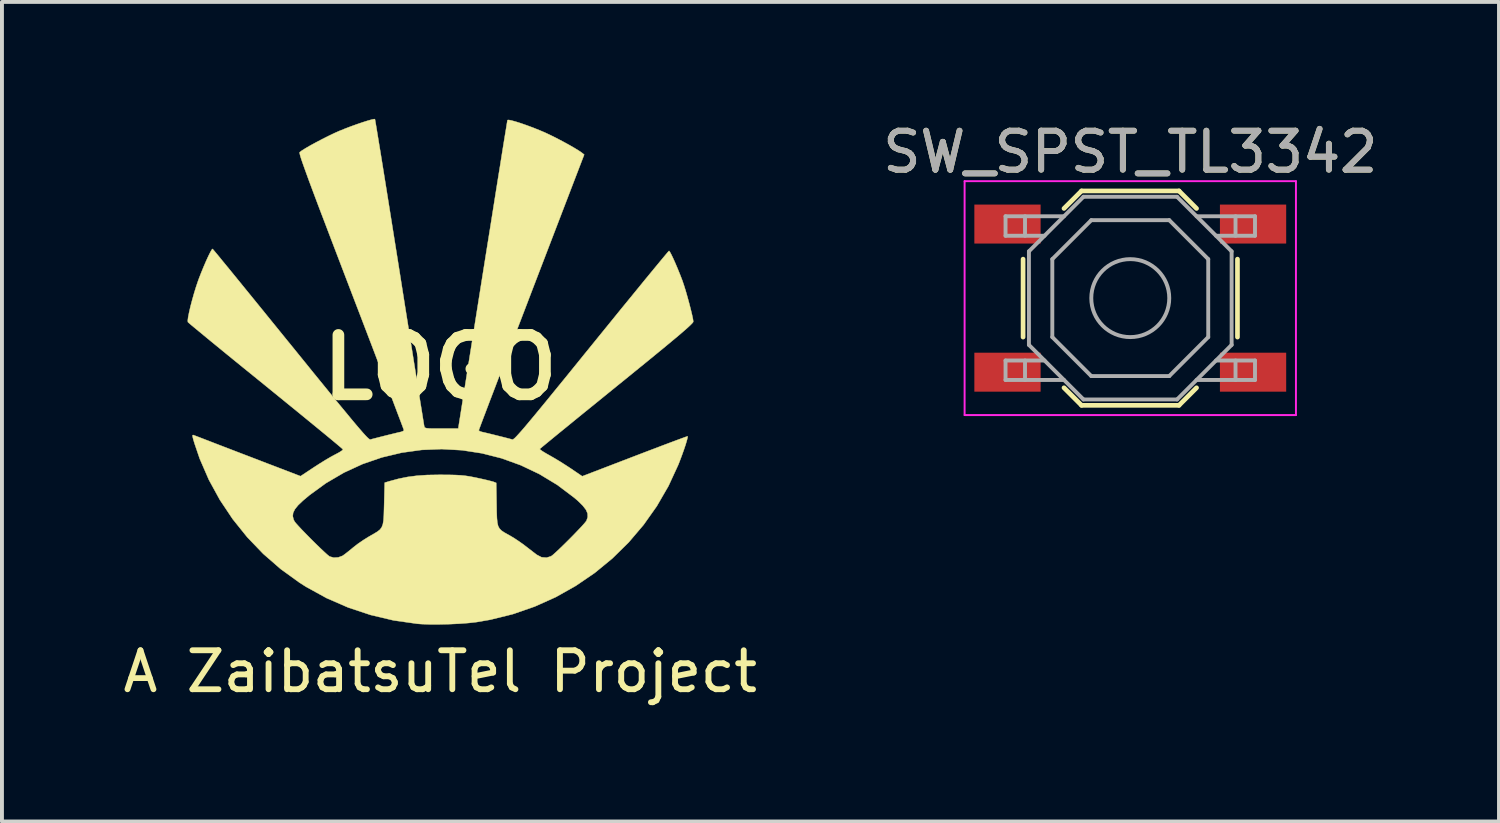
<source format=kicad_pcb>
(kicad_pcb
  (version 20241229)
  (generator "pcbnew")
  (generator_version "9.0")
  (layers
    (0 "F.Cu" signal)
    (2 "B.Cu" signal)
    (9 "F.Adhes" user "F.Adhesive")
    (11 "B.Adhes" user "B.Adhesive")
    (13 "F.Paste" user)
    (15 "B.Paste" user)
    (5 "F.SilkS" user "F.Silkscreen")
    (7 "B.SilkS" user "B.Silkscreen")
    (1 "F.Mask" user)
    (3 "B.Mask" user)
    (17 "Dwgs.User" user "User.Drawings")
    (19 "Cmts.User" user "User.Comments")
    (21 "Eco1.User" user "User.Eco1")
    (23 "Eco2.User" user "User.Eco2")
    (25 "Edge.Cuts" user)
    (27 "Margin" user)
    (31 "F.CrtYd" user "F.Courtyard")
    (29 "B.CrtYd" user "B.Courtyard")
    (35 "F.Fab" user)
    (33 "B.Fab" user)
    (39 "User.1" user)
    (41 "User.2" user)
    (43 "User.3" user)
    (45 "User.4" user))
  (footprint "SW_SPST_TL3342"
    (layer "F.Cu")
    (at 25.946 4.598)
    (property "Reference" "SW_SPST_TL3342" (at 0 -3.75 0) (layer "F.SilkS") (effects (font (size 1 1) (thickness 0.15))))
    (attr smd)
    (fp_line (start -2.75 -1) (end -2.75 1) (stroke (width 0.12) (type solid)) (layer "F.SilkS"))
    (fp_line (start -1.7 -2.3) (end -1.25 -2.75) (stroke (width 0.12) (type solid)) (layer "F.SilkS"))
    (fp_line (start -1.7 2.3) (end -1.25 2.75) (stroke (width 0.12) (type solid)) (layer "F.SilkS"))
    (fp_line (start -1.25 -2.75) (end 1.25 -2.75) (stroke (width 0.12) (type solid)) (layer "F.SilkS"))
    (fp_line (start -1.25 2.75) (end 1.25 2.75) (stroke (width 0.12) (type solid)) (layer "F.SilkS"))
    (fp_line (start 1.7 -2.3) (end 1.25 -2.75) (stroke (width 0.12) (type solid)) (layer "F.SilkS"))
    (fp_line (start 1.7 2.3) (end 1.25 2.75) (stroke (width 0.12) (type solid)) (layer "F.SilkS"))
    (fp_line (start 2.75 -1) (end 2.75 1) (stroke (width 0.12) (type solid)) (layer "F.SilkS"))
    (fp_line (start -4.25 -3) (end 4.25 -3) (stroke (width 0.05) (type solid)) (layer "F.CrtYd"))
    (fp_line (start -4.25 3) (end -4.25 -3) (stroke (width 0.05) (type solid)) (layer "F.CrtYd"))
    (fp_line (start 4.25 -3) (end 4.25 3) (stroke (width 0.05) (type solid)) (layer "F.CrtYd"))
    (fp_line (start 4.25 3) (end -4.25 3) (stroke (width 0.05) (type solid)) (layer "F.CrtYd"))
    (fp_line (start -3.2 -2.1) (end -3.2 -1.6) (stroke (width 0.1) (type solid)) (layer "F.Fab"))
    (fp_line (start -3.2 -1.6) (end -2.2 -1.6) (stroke (width 0.1) (type solid)) (layer "F.Fab"))
    (fp_line (start -3.2 1.6) (end -2.2 1.6) (stroke (width 0.1) (type solid)) (layer "F.Fab"))
    (fp_line (start -3.2 2.1) (end -3.2 1.6) (stroke (width 0.1) (type solid)) (layer "F.Fab"))
    (fp_line (start -2.7 -2.1) (end -2.7 -1.6) (stroke (width 0.1) (type solid)) (layer "F.Fab"))
    (fp_line (start -2.7 2.1) (end -2.7 1.6) (stroke (width 0.1) (type solid)) (layer "F.Fab"))
    (fp_line (start -2.6 -1.2) (end -2.6 1.2) (stroke (width 0.1) (type solid)) (layer "F.Fab"))
    (fp_line (start -2.6 1.2) (end -1.2 2.6) (stroke (width 0.1) (type solid)) (layer "F.Fab"))
    (fp_line (start -2 -1) (end -1 -2) (stroke (width 0.1) (type solid)) (layer "F.Fab"))
    (fp_line (start -2 1) (end -2 -1) (stroke (width 0.1) (type solid)) (layer "F.Fab"))
    (fp_line (start -1.7 -2.1) (end -3.2 -2.1) (stroke (width 0.1) (type solid)) (layer "F.Fab"))
    (fp_line (start -1.7 2.1) (end -3.2 2.1) (stroke (width 0.1) (type solid)) (layer "F.Fab"))
    (fp_line (start -1.2 -2.6) (end -2.6 -1.2) (stroke (width 0.1) (type solid)) (layer "F.Fab"))
    (fp_line (start -1.2 2.6) (end 1.2 2.6) (stroke (width 0.1) (type solid)) (layer "F.Fab"))
    (fp_line (start -1 -2) (end 1 -2) (stroke (width 0.1) (type solid)) (layer "F.Fab"))
    (fp_line (start -1 2) (end -2 1) (stroke (width 0.1) (type solid)) (layer "F.Fab"))
    (fp_line (start 1 -2) (end 2 -1) (stroke (width 0.1) (type solid)) (layer "F.Fab"))
    (fp_line (start 1 2) (end -1 2) (stroke (width 0.1) (type solid)) (layer "F.Fab"))
    (fp_line (start 1.2 -2.6) (end -1.2 -2.6) (stroke (width 0.1) (type solid)) (layer "F.Fab"))
    (fp_line (start 1.2 2.6) (end 2.6 1.2) (stroke (width 0.1) (type solid)) (layer "F.Fab"))
    (fp_line (start 1.7 -2.1) (end 3.2 -2.1) (stroke (width 0.1) (type solid)) (layer "F.Fab"))
    (fp_line (start 1.7 2.1) (end 3.2 2.1) (stroke (width 0.1) (type solid)) (layer "F.Fab"))
    (fp_line (start 2 -1) (end 2 1) (stroke (width 0.1) (type solid)) (layer "F.Fab"))
    (fp_line (start 2 1) (end 1 2) (stroke (width 0.1) (type solid)) (layer "F.Fab"))
    (fp_line (start 2.6 -1.2) (end 1.2 -2.6) (stroke (width 0.1) (type solid)) (layer "F.Fab"))
    (fp_line (start 2.6 1.2) (end 2.6 -1.2) (stroke (width 0.1) (type solid)) (layer "F.Fab"))
    (fp_line (start 2.7 -2.1) (end 2.7 -1.6) (stroke (width 0.1) (type solid)) (layer "F.Fab"))
    (fp_line (start 2.7 2.1) (end 2.7 1.6) (stroke (width 0.1) (type solid)) (layer "F.Fab"))
    (fp_line (start 3.2 -2.1) (end 3.2 -1.6) (stroke (width 0.1) (type solid)) (layer "F.Fab"))
    (fp_line (start 3.2 -1.6) (end 2.2 -1.6) (stroke (width 0.1) (type solid)) (layer "F.Fab"))
    (fp_line (start 3.2 1.6) (end 2.2 1.6) (stroke (width 0.1) (type solid)) (layer "F.Fab"))
    (fp_line (start 3.2 2.1) (end 3.2 1.6) (stroke (width 0.1) (type solid)) (layer "F.Fab"))
    (fp_circle (center 0 0) (end 1 0) (stroke (width 0.1) (type solid)) (fill no) (layer "F.Fab"))
    (fp_text user "${REFERENCE}" (at 0 -3.75 0) (layer "F.Fab") (effects (font (size 1 1) (thickness 0.15))))
    (pad "1" smd rect (at -3.15 -1.9) (size 1.7 1) (layers "F.Cu" "F.Mask" "F.Paste"))
    (pad "1" smd rect (at 3.15 -1.9) (size 1.7 1) (layers "F.Cu" "F.Mask" "F.Paste"))
    (pad "2" smd rect (at -3.15 1.9) (size 1.7 1) (layers "F.Cu" "F.Mask" "F.Paste"))
    (pad "2" smd rect (at 3.15 1.9) (size 1.7 1) (layers "F.Cu" "F.Mask" "F.Paste")))
  (footprint "LOGO"
    (layer "F.Cu")
    (at 8.244 6.377)
    (property "Reference" "LOGO" (at 0 0 0) (layer "F.SilkS") (effects (font (size 1.524 1.524) (thickness 0.3))))
    (attr through_hole)
    (fp_poly (pts (xy -1.676 -6.37) (xy -1.67 -6.342) (xy -1.656 -6.26) (xy -1.634 -6.129) (xy -1.605 -5.952) (xy -1.569 -5.732) (xy -1.526 -5.471) (xy -1.478 -5.174) (xy -1.425 -4.844) (xy -1.367 -4.483) (xy -1.305 -4.095) (xy -1.239 -3.682) (xy -1.17 -3.249) (xy -1.098 -2.798) (xy -1.043 -2.452) (xy -0.97 -1.989) (xy -0.899 -1.541) (xy -0.83 -1.111) (xy -0.765 -0.702) (xy -0.704 -0.317) (xy -0.647 0.039) (xy -0.595 0.365) (xy -0.548 0.657) (xy -0.508 0.911) (xy -0.473 1.125) (xy -0.446 1.295) (xy -0.426 1.418) (xy -0.414 1.491) (xy -0.41 1.511) (xy -0.402 1.533) (xy -0.385 1.548) (xy -0.349 1.558) (xy -0.286 1.564) (xy -0.187 1.567) (xy -0.044 1.567) (xy 0.033 1.567) (xy 0.462 1.566) (xy 1.088 -2.374) (xy 1.162 -2.839) (xy 1.234 -3.288) (xy 1.303 -3.719) (xy 1.368 -4.129) (xy 1.429 -4.514) (xy 1.486 -4.871) (xy 1.539 -5.197) (xy 1.585 -5.489) (xy 1.626 -5.744) (xy 1.661 -5.958) (xy 1.689 -6.128) (xy 1.709 -6.252) (xy 1.721 -6.325) (xy 1.725 -6.346) (xy 1.755 -6.35) (xy 1.828 -6.336) (xy 1.937 -6.306) (xy 2.073 -6.263) (xy 2.227 -6.209) (xy 2.391 -6.148) (xy 2.557 -6.081) (xy 2.68 -6.029) (xy 2.816 -5.965) (xy 2.972 -5.888) (xy 3.136 -5.802) (xy 3.296 -5.715) (xy 3.44 -5.632) (xy 3.556 -5.561) (xy 3.632 -5.509) (xy 3.693 -5.461) (xy 2.34 -1.935) (xy 2.177 -1.508) (xy 2.019 -1.096) (xy 1.867 -0.701) (xy 1.724 -0.326) (xy 1.59 0.024) (xy 1.467 0.348) (xy 1.355 0.642) (xy 1.255 0.903) (xy 1.17 1.128) (xy 1.099 1.314) (xy 1.045 1.458) (xy 1.008 1.557) (xy 0.99 1.607) (xy 0.988 1.613) (xy 1.012 1.635) (xy 1.065 1.653) (xy 1.131 1.668) (xy 1.233 1.692) (xy 1.359 1.723) (xy 1.495 1.757) (xy 1.627 1.79) (xy 1.74 1.819) (xy 1.822 1.841) (xy 1.851 1.849) (xy 1.864 1.847) (xy 1.884 1.834) (xy 1.915 1.808) (xy 1.956 1.767) (xy 2.011 1.707) (xy 2.082 1.628) (xy 2.17 1.526) (xy 2.276 1.399) (xy 2.404 1.246) (xy 2.555 1.063) (xy 2.731 0.849) (xy 2.933 0.601) (xy 3.165 0.317) (xy 3.427 -0.006) (xy 3.721 -0.369) (xy 3.878 -0.562) (xy 4.14 -0.885) (xy 4.392 -1.195) (xy 4.631 -1.49) (xy 4.857 -1.766) (xy 5.066 -2.022) (xy 5.255 -2.254) (xy 5.424 -2.459) (xy 5.569 -2.635) (xy 5.688 -2.779) (xy 5.779 -2.888) (xy 5.84 -2.96) (xy 5.868 -2.99) (xy 5.87 -2.992) (xy 5.89 -2.967) (xy 5.927 -2.899) (xy 5.976 -2.797) (xy 6.033 -2.67) (xy 6.093 -2.528) (xy 6.153 -2.38) (xy 6.209 -2.235) (xy 6.215 -2.218) (xy 6.253 -2.105) (xy 6.297 -1.964) (xy 6.342 -1.807) (xy 6.386 -1.646) (xy 6.426 -1.49) (xy 6.459 -1.353) (xy 6.482 -1.246) (xy 6.491 -1.18) (xy 6.491 -1.176) (xy 6.483 -1.157) (xy 6.456 -1.126) (xy 6.409 -1.079) (xy 6.339 -1.014) (xy 6.244 -0.931) (xy 6.122 -0.826) (xy 5.97 -0.699) (xy 5.786 -0.546) (xy 5.568 -0.367) (xy 5.314 -0.159) (xy 5.021 0.079) (xy 4.688 0.35) (xy 4.528 0.479) (xy 4.239 0.714) (xy 3.962 0.939) (xy 3.7 1.151) (xy 3.458 1.348) (xy 3.238 1.528) (xy 3.042 1.687) (xy 2.875 1.824) (xy 2.74 1.935) (xy 2.639 2.018) (xy 2.575 2.071) (xy 2.553 2.091) (xy 2.57 2.112) (xy 2.628 2.153) (xy 2.716 2.206) (xy 2.787 2.246) (xy 2.913 2.318) (xy 3.065 2.409) (xy 3.221 2.508) (xy 3.339 2.585) (xy 3.643 2.791) (xy 4.99 2.274) (xy 5.251 2.174) (xy 5.496 2.081) (xy 5.719 1.996) (xy 5.916 1.922) (xy 6.082 1.86) (xy 6.212 1.812) (xy 6.301 1.78) (xy 6.343 1.766) (xy 6.346 1.766) (xy 6.345 1.798) (xy 6.326 1.873) (xy 6.294 1.981) (xy 6.25 2.112) (xy 6.198 2.257) (xy 6.142 2.406) (xy 6.106 2.498) (xy 5.855 3.041) (xy 5.557 3.556) (xy 5.216 4.038) (xy 4.835 4.486) (xy 4.416 4.898) (xy 3.962 5.271) (xy 3.477 5.602) (xy 2.963 5.891) (xy 2.424 6.133) (xy 1.862 6.328) (xy 1.28 6.472) (xy 0.931 6.532) (xy 0.729 6.555) (xy 0.492 6.573) (xy 0.235 6.585) (xy -0.024 6.591) (xy -0.27 6.591) (xy -0.485 6.583) (xy -0.589 6.575) (xy -1.194 6.489) (xy -1.786 6.349) (xy -2.361 6.158) (xy -2.915 5.917) (xy -3.442 5.627) (xy -3.612 5.519) (xy -4.093 5.171) (xy -4.541 4.781) (xy -4.952 4.353) (xy -5.324 3.89) (xy -5.374 3.815) (xy -3.784 3.815) (xy -3.762 3.902) (xy -3.741 3.945) (xy -3.709 3.988) (xy -3.643 4.062) (xy -3.552 4.16) (xy -3.443 4.272) (xy -3.324 4.393) (xy -3.202 4.514) (xy -3.086 4.627) (xy -2.982 4.725) (xy -2.9 4.8) (xy -2.846 4.844) (xy -2.836 4.85) (xy -2.733 4.879) (xy -2.615 4.872) (xy -2.507 4.832) (xy -2.498 4.826) (xy -2.436 4.781) (xy -2.348 4.712) (xy -2.251 4.633) (xy -2.23 4.615) (xy -2.114 4.525) (xy -1.974 4.429) (xy -1.838 4.344) (xy -1.817 4.332) (xy -1.7 4.265) (xy -1.611 4.211) (xy -1.546 4.159) (xy -1.502 4.1) (xy -1.473 4.025) (xy -1.456 3.926) (xy -1.447 3.794) (xy -1.442 3.618) (xy -1.439 3.507) (xy -1.425 2.955) (xy -1.298 2.917) (xy -1.064 2.854) (xy -0.835 2.808) (xy -0.597 2.777) (xy -0.334 2.759) (xy -0.033 2.754) (xy 0.014 2.754) (xy 0.22 2.755) (xy 0.383 2.759) (xy 0.516 2.766) (xy 0.633 2.777) (xy 0.747 2.794) (xy 0.872 2.818) (xy 0.935 2.831) (xy 1.077 2.862) (xy 1.204 2.891) (xy 1.303 2.916) (xy 1.362 2.932) (xy 1.364 2.933) (xy 1.436 2.961) (xy 1.445 3.51) (xy 1.448 3.712) (xy 1.454 3.866) (xy 1.465 3.981) (xy 1.485 4.067) (xy 1.519 4.131) (xy 1.569 4.183) (xy 1.64 4.231) (xy 1.734 4.284) (xy 1.776 4.307) (xy 1.889 4.374) (xy 2.02 4.461) (xy 2.146 4.55) (xy 2.168 4.568) (xy 2.274 4.649) (xy 2.376 4.728) (xy 2.457 4.79) (xy 2.476 4.805) (xy 2.6 4.869) (xy 2.73 4.879) (xy 2.845 4.842) (xy 2.889 4.809) (xy 2.964 4.742) (xy 3.062 4.65) (xy 3.176 4.54) (xy 3.297 4.42) (xy 3.418 4.298) (xy 3.53 4.181) (xy 3.628 4.078) (xy 3.702 3.995) (xy 3.745 3.941) (xy 3.751 3.932) (xy 3.783 3.839) (xy 3.78 3.747) (xy 3.739 3.651) (xy 3.656 3.544) (xy 3.529 3.419) (xy 3.435 3.339) (xy 3.001 3.012) (xy 2.543 2.735) (xy 2.066 2.508) (xy 1.574 2.33) (xy 1.069 2.202) (xy 0.557 2.123) (xy 0.041 2.094) (xy -0.476 2.115) (xy -0.989 2.186) (xy -1.496 2.307) (xy -1.991 2.477) (xy -2.471 2.698) (xy -2.932 2.968) (xy -3.351 3.273) (xy -3.521 3.415) (xy -3.646 3.534) (xy -3.729 3.637) (xy -3.774 3.728) (xy -3.784 3.815) (xy -5.374 3.815) (xy -5.653 3.398) (xy -5.936 2.881) (xy -6.17 2.342) (xy -6.303 1.952) (xy -6.337 1.839) (xy -6.353 1.771) (xy -6.354 1.738) (xy -6.339 1.732) (xy -6.327 1.736) (xy -6.291 1.75) (xy -6.209 1.781) (xy -6.087 1.828) (xy -5.931 1.888) (xy -5.748 1.959) (xy -5.545 2.037) (xy -5.326 2.121) (xy -5.1 2.208) (xy -4.872 2.295) (xy -4.648 2.381) (xy -4.436 2.463) (xy -4.241 2.537) (xy -4.069 2.603) (xy -3.928 2.657) (xy -3.901 2.667) (xy -3.584 2.789) (xy -3.237 2.559) (xy -3.093 2.466) (xy -2.946 2.375) (xy -2.811 2.296) (xy -2.704 2.238) (xy -2.688 2.23) (xy -2.595 2.18) (xy -2.527 2.137) (xy -2.495 2.107) (xy -2.495 2.103) (xy -2.517 2.081) (xy -2.58 2.027) (xy -2.681 1.942) (xy -2.817 1.829) (xy -2.984 1.691) (xy -3.179 1.531) (xy -3.4 1.35) (xy -3.642 1.152) (xy -3.904 0.939) (xy -4.181 0.713) (xy -4.472 0.477) (xy -4.475 0.474) (xy -4.766 0.238) (xy -5.045 0.012) (xy -5.308 -0.202) (xy -5.552 -0.401) (xy -5.774 -0.583) (xy -5.972 -0.745) (xy -6.141 -0.885) (xy -6.279 -0.999) (xy -6.383 -1.085) (xy -6.449 -1.142) (xy -6.474 -1.165) (xy -6.474 -1.165) (xy -6.477 -1.209) (xy -6.466 -1.296) (xy -6.441 -1.419) (xy -6.407 -1.567) (xy -6.364 -1.73) (xy -6.316 -1.9) (xy -6.265 -2.066) (xy -6.213 -2.22) (xy -6.193 -2.275) (xy -6.132 -2.432) (xy -6.068 -2.588) (xy -6.005 -2.734) (xy -5.947 -2.86) (xy -5.897 -2.96) (xy -5.861 -3.023) (xy -5.841 -3.042) (xy -5.821 -3.019) (xy -5.768 -2.956) (xy -5.683 -2.854) (xy -5.571 -2.716) (xy -5.431 -2.546) (xy -5.268 -2.346) (xy -5.083 -2.119) (xy -4.878 -1.867) (xy -4.656 -1.594) (xy -4.419 -1.302) (xy -4.169 -0.994) (xy -3.909 -0.673) (xy -3.836 -0.584) (xy -3.523 -0.198) (xy -3.244 0.147) (xy -2.996 0.451) (xy -2.778 0.719) (xy -2.588 0.952) (xy -2.423 1.151) (xy -2.283 1.321) (xy -2.165 1.462) (xy -2.067 1.577) (xy -1.987 1.669) (xy -1.924 1.739) (xy -1.875 1.79) (xy -1.839 1.823) (xy -1.814 1.842) (xy -1.798 1.849) (xy -1.793 1.849) (xy -1.74 1.834) (xy -1.646 1.81) (xy -1.525 1.779) (xy -1.391 1.745) (xy -1.257 1.712) (xy -1.138 1.683) (xy -1.047 1.661) (xy -1.009 1.653) (xy -0.953 1.633) (xy -0.931 1.611) (xy -0.941 1.582) (xy -0.97 1.503) (xy -1.017 1.378) (xy -1.081 1.21) (xy -1.16 1.001) (xy -1.253 0.755) (xy -1.36 0.474) (xy -1.479 0.162) (xy -1.609 -0.177) (xy -1.748 -0.542) (xy -1.896 -0.929) (xy -2.051 -1.335) (xy -2.213 -1.756) (xy -2.287 -1.95) (xy -2.485 -2.467) (xy -2.663 -2.933) (xy -2.823 -3.352) (xy -2.965 -3.725) (xy -3.091 -4.055) (xy -3.2 -4.344) (xy -3.294 -4.595) (xy -3.374 -4.81) (xy -3.44 -4.992) (xy -3.494 -5.142) (xy -3.537 -5.263) (xy -3.569 -5.358) (xy -3.591 -5.429) (xy -3.603 -5.479) (xy -3.608 -5.509) (xy -3.606 -5.522) (xy -3.552 -5.563) (xy -3.458 -5.622) (xy -3.332 -5.695) (xy -3.185 -5.775) (xy -3.027 -5.858) (xy -2.868 -5.938) (xy -2.718 -6.01) (xy -2.594 -6.065) (xy -2.451 -6.123) (xy -2.297 -6.182) (xy -2.142 -6.238) (xy -1.995 -6.288) (xy -1.866 -6.329) (xy -1.763 -6.358) (xy -1.696 -6.372) (xy -1.676 -6.37)) (stroke (width 0.01) (type solid)) (fill yes) (layer "F.SilkS"))
    (fp_text user "A ZaibatsuTel Project" (at 0 7.8 0) (layer "F.SilkS") (effects (font (size 1 1) (thickness 0.15)))))
  (gr_rect
    (start -3 -3)
    (end 35.405 18.025)
    (stroke (width 0.1) (type default))
    (fill no)
    (layer "Edge.Cuts")))
</source>
